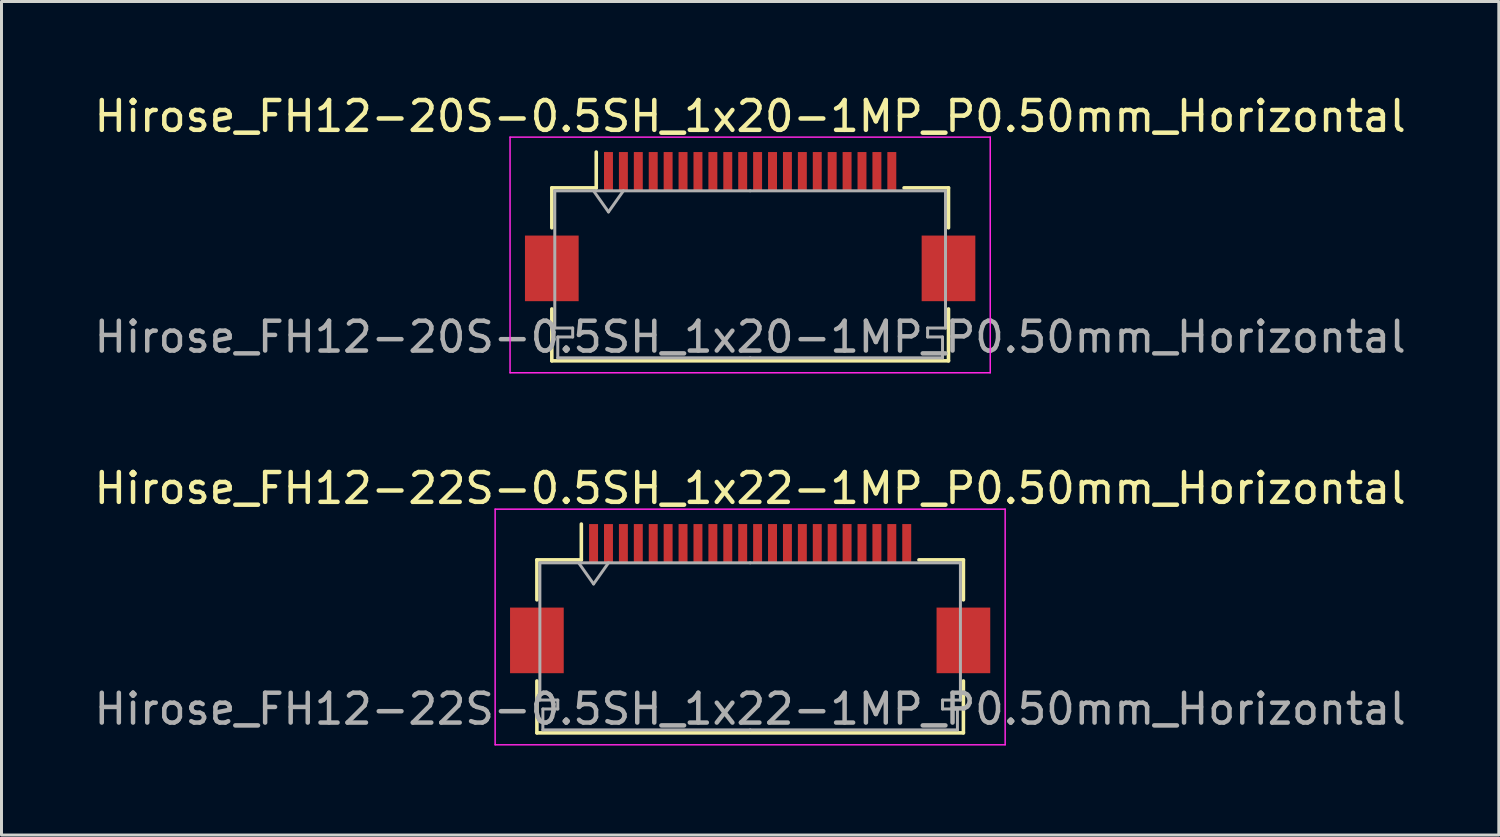
<source format=kicad_pcb>
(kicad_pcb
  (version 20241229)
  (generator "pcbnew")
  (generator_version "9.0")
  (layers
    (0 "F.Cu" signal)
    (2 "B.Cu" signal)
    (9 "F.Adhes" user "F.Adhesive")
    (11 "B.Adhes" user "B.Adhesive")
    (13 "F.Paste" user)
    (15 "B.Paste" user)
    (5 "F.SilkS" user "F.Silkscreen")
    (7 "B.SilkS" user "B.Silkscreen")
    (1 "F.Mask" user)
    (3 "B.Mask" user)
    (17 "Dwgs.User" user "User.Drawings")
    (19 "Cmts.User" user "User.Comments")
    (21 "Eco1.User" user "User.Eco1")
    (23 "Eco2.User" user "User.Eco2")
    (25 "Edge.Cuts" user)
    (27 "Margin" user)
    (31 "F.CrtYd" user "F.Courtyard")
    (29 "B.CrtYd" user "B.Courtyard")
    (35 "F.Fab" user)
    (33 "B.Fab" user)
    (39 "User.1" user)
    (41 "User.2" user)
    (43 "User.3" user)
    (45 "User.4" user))
  (footprint "Hirose_FH12-20S-0.5SH_1x20-1MP_P0.50mm_Horizontal"
    (layer "F.Cu")
    (at 22.101 4.548)
    (property "Reference" "Hirose_FH12-20S-0.5SH_1x20-1MP_P0.50mm_Horizontal" (at 0 -3.7 0) (layer "F.SilkS") (effects (font (size 1 1) (thickness 0.15))))
    (attr smd)
    (fp_line (start -6.65 -1.3) (end -6.65 0.04) (stroke (width 0.12) (type solid)) (layer "F.SilkS"))
    (fp_line (start -6.65 2.76) (end -6.65 4.5) (stroke (width 0.12) (type solid)) (layer "F.SilkS"))
    (fp_line (start -6.65 4.5) (end 6.65 4.5) (stroke (width 0.12) (type solid)) (layer "F.SilkS"))
    (fp_line (start -5.16 -1.3) (end -6.65 -1.3) (stroke (width 0.12) (type solid)) (layer "F.SilkS"))
    (fp_line (start -5.16 -1.3) (end -5.16 -2.5) (stroke (width 0.12) (type solid)) (layer "F.SilkS"))
    (fp_line (start 5.16 -1.3) (end 6.65 -1.3) (stroke (width 0.12) (type solid)) (layer "F.SilkS"))
    (fp_line (start 6.65 -1.3) (end 6.65 0.04) (stroke (width 0.12) (type solid)) (layer "F.SilkS"))
    (fp_line (start 6.65 4.5) (end 6.65 2.76) (stroke (width 0.12) (type solid)) (layer "F.SilkS"))
    (fp_line (start -8.05 -3) (end -8.05 4.9) (stroke (width 0.05) (type solid)) (layer "F.CrtYd"))
    (fp_line (start -8.05 4.9) (end 8.05 4.9) (stroke (width 0.05) (type solid)) (layer "F.CrtYd"))
    (fp_line (start 8.05 -3) (end -8.05 -3) (stroke (width 0.05) (type solid)) (layer "F.CrtYd"))
    (fp_line (start 8.05 4.9) (end 8.05 -3) (stroke (width 0.05) (type solid)) (layer "F.CrtYd"))
    (fp_line (start -6.55 -1.2) (end -6.55 3.4) (stroke (width 0.1) (type solid)) (layer "F.Fab"))
    (fp_line (start -6.55 3.4) (end -5.95 3.4) (stroke (width 0.1) (type solid)) (layer "F.Fab"))
    (fp_line (start -6.45 3.7) (end -6.45 4.4) (stroke (width 0.1) (type solid)) (layer "F.Fab"))
    (fp_line (start -6.45 4.4) (end 0 4.4) (stroke (width 0.1) (type solid)) (layer "F.Fab"))
    (fp_line (start -5.95 3.4) (end -5.95 3.7) (stroke (width 0.1) (type solid)) (layer "F.Fab"))
    (fp_line (start -5.95 3.7) (end -6.45 3.7) (stroke (width 0.1) (type solid)) (layer "F.Fab"))
    (fp_line (start -5.25 -1.2) (end -4.75 -0.493) (stroke (width 0.1) (type solid)) (layer "F.Fab"))
    (fp_line (start -4.75 -0.493) (end -4.25 -1.2) (stroke (width 0.1) (type solid)) (layer "F.Fab"))
    (fp_line (start 0 -1.2) (end -6.55 -1.2) (stroke (width 0.1) (type solid)) (layer "F.Fab"))
    (fp_line (start 0 -1.2) (end 6.55 -1.2) (stroke (width 0.1) (type solid)) (layer "F.Fab"))
    (fp_line (start 5.95 3.4) (end 5.95 3.7) (stroke (width 0.1) (type solid)) (layer "F.Fab"))
    (fp_line (start 5.95 3.7) (end 6.45 3.7) (stroke (width 0.1) (type solid)) (layer "F.Fab"))
    (fp_line (start 6.45 3.7) (end 6.45 4.4) (stroke (width 0.1) (type solid)) (layer "F.Fab"))
    (fp_line (start 6.45 4.4) (end 0 4.4) (stroke (width 0.1) (type solid)) (layer "F.Fab"))
    (fp_line (start 6.55 -1.2) (end 6.55 3.4) (stroke (width 0.1) (type solid)) (layer "F.Fab"))
    (fp_line (start 6.55 3.4) (end 5.95 3.4) (stroke (width 0.1) (type solid)) (layer "F.Fab"))
    (fp_text user "${REFERENCE}" (at 0 3.7 0) (layer "F.Fab") (effects (font (size 1 1) (thickness 0.15))))
    (pad "1" smd rect (at -4.75 -1.85) (size 0.3 1.3) (layers "F.Cu" "F.Mask" "F.Paste"))
    (pad "2" smd rect (at -4.25 -1.85) (size 0.3 1.3) (layers "F.Cu" "F.Mask" "F.Paste"))
    (pad "3" smd rect (at -3.75 -1.85) (size 0.3 1.3) (layers "F.Cu" "F.Mask" "F.Paste"))
    (pad "4" smd rect (at -3.25 -1.85) (size 0.3 1.3) (layers "F.Cu" "F.Mask" "F.Paste"))
    (pad "5" smd rect (at -2.75 -1.85) (size 0.3 1.3) (layers "F.Cu" "F.Mask" "F.Paste"))
    (pad "6" smd rect (at -2.25 -1.85) (size 0.3 1.3) (layers "F.Cu" "F.Mask" "F.Paste"))
    (pad "7" smd rect (at -1.75 -1.85) (size 0.3 1.3) (layers "F.Cu" "F.Mask" "F.Paste"))
    (pad "8" smd rect (at -1.25 -1.85) (size 0.3 1.3) (layers "F.Cu" "F.Mask" "F.Paste"))
    (pad "9" smd rect (at -0.75 -1.85) (size 0.3 1.3) (layers "F.Cu" "F.Mask" "F.Paste"))
    (pad "10" smd rect (at -0.25 -1.85) (size 0.3 1.3) (layers "F.Cu" "F.Mask" "F.Paste"))
    (pad "11" smd rect (at 0.25 -1.85) (size 0.3 1.3) (layers "F.Cu" "F.Mask" "F.Paste"))
    (pad "12" smd rect (at 0.75 -1.85) (size 0.3 1.3) (layers "F.Cu" "F.Mask" "F.Paste"))
    (pad "13" smd rect (at 1.25 -1.85) (size 0.3 1.3) (layers "F.Cu" "F.Mask" "F.Paste"))
    (pad "14" smd rect (at 1.75 -1.85) (size 0.3 1.3) (layers "F.Cu" "F.Mask" "F.Paste"))
    (pad "15" smd rect (at 2.25 -1.85) (size 0.3 1.3) (layers "F.Cu" "F.Mask" "F.Paste"))
    (pad "16" smd rect (at 2.75 -1.85) (size 0.3 1.3) (layers "F.Cu" "F.Mask" "F.Paste"))
    (pad "17" smd rect (at 3.25 -1.85) (size 0.3 1.3) (layers "F.Cu" "F.Mask" "F.Paste"))
    (pad "18" smd rect (at 3.75 -1.85) (size 0.3 1.3) (layers "F.Cu" "F.Mask" "F.Paste"))
    (pad "19" smd rect (at 4.25 -1.85) (size 0.3 1.3) (layers "F.Cu" "F.Mask" "F.Paste"))
    (pad "20" smd rect (at 4.75 -1.85) (size 0.3 1.3) (layers "F.Cu" "F.Mask" "F.Paste"))
    (pad "MP" smd rect (at -6.65 1.4) (size 1.8 2.2) (layers "F.Cu" "F.Mask" "F.Paste"))
    (pad "MP" smd rect (at 6.65 1.4) (size 1.8 2.2) (layers "F.Cu" "F.Mask" "F.Paste")))
  (footprint "Hirose_FH12-22S-0.5SH_1x22-1MP_P0.50mm_Horizontal"
    (layer "F.Cu")
    (at 22.101 17.021)
    (property "Reference" "Hirose_FH12-22S-0.5SH_1x22-1MP_P0.50mm_Horizontal" (at 0 -3.7 0) (layer "F.SilkS") (effects (font (size 1 1) (thickness 0.15))))
    (attr smd)
    (fp_line (start -7.15 -1.3) (end -7.15 0.04) (stroke (width 0.12) (type solid)) (layer "F.SilkS"))
    (fp_line (start -7.15 2.76) (end -7.15 4.5) (stroke (width 0.12) (type solid)) (layer "F.SilkS"))
    (fp_line (start -7.15 4.5) (end 7.15 4.5) (stroke (width 0.12) (type solid)) (layer "F.SilkS"))
    (fp_line (start -5.66 -1.3) (end -7.15 -1.3) (stroke (width 0.12) (type solid)) (layer "F.SilkS"))
    (fp_line (start -5.66 -1.3) (end -5.66 -2.5) (stroke (width 0.12) (type solid)) (layer "F.SilkS"))
    (fp_line (start 5.66 -1.3) (end 7.15 -1.3) (stroke (width 0.12) (type solid)) (layer "F.SilkS"))
    (fp_line (start 7.15 -1.3) (end 7.15 0.04) (stroke (width 0.12) (type solid)) (layer "F.SilkS"))
    (fp_line (start 7.15 4.5) (end 7.15 2.76) (stroke (width 0.12) (type solid)) (layer "F.SilkS"))
    (fp_line (start -8.55 -3) (end -8.55 4.9) (stroke (width 0.05) (type solid)) (layer "F.CrtYd"))
    (fp_line (start -8.55 4.9) (end 8.55 4.9) (stroke (width 0.05) (type solid)) (layer "F.CrtYd"))
    (fp_line (start 8.55 -3) (end -8.55 -3) (stroke (width 0.05) (type solid)) (layer "F.CrtYd"))
    (fp_line (start 8.55 4.9) (end 8.55 -3) (stroke (width 0.05) (type solid)) (layer "F.CrtYd"))
    (fp_line (start -7.05 -1.2) (end -7.05 3.4) (stroke (width 0.1) (type solid)) (layer "F.Fab"))
    (fp_line (start -7.05 3.4) (end -6.45 3.4) (stroke (width 0.1) (type solid)) (layer "F.Fab"))
    (fp_line (start -6.95 3.7) (end -6.95 4.4) (stroke (width 0.1) (type solid)) (layer "F.Fab"))
    (fp_line (start -6.95 4.4) (end 0 4.4) (stroke (width 0.1) (type solid)) (layer "F.Fab"))
    (fp_line (start -6.45 3.4) (end -6.45 3.7) (stroke (width 0.1) (type solid)) (layer "F.Fab"))
    (fp_line (start -6.45 3.7) (end -6.95 3.7) (stroke (width 0.1) (type solid)) (layer "F.Fab"))
    (fp_line (start -5.75 -1.2) (end -5.25 -0.493) (stroke (width 0.1) (type solid)) (layer "F.Fab"))
    (fp_line (start -5.25 -0.493) (end -4.75 -1.2) (stroke (width 0.1) (type solid)) (layer "F.Fab"))
    (fp_line (start 0 -1.2) (end -7.05 -1.2) (stroke (width 0.1) (type solid)) (layer "F.Fab"))
    (fp_line (start 0 -1.2) (end 7.05 -1.2) (stroke (width 0.1) (type solid)) (layer "F.Fab"))
    (fp_line (start 6.45 3.4) (end 6.45 3.7) (stroke (width 0.1) (type solid)) (layer "F.Fab"))
    (fp_line (start 6.45 3.7) (end 6.95 3.7) (stroke (width 0.1) (type solid)) (layer "F.Fab"))
    (fp_line (start 6.95 3.7) (end 6.95 4.4) (stroke (width 0.1) (type solid)) (layer "F.Fab"))
    (fp_line (start 6.95 4.4) (end 0 4.4) (stroke (width 0.1) (type solid)) (layer "F.Fab"))
    (fp_line (start 7.05 -1.2) (end 7.05 3.4) (stroke (width 0.1) (type solid)) (layer "F.Fab"))
    (fp_line (start 7.05 3.4) (end 6.45 3.4) (stroke (width 0.1) (type solid)) (layer "F.Fab"))
    (fp_text user "${REFERENCE}" (at 0 3.7 0) (layer "F.Fab") (effects (font (size 1 1) (thickness 0.15))))
    (pad "1" smd rect (at -5.25 -1.85) (size 0.3 1.3) (layers "F.Cu" "F.Mask" "F.Paste"))
    (pad "2" smd rect (at -4.75 -1.85) (size 0.3 1.3) (layers "F.Cu" "F.Mask" "F.Paste"))
    (pad "3" smd rect (at -4.25 -1.85) (size 0.3 1.3) (layers "F.Cu" "F.Mask" "F.Paste"))
    (pad "4" smd rect (at -3.75 -1.85) (size 0.3 1.3) (layers "F.Cu" "F.Mask" "F.Paste"))
    (pad "5" smd rect (at -3.25 -1.85) (size 0.3 1.3) (layers "F.Cu" "F.Mask" "F.Paste"))
    (pad "6" smd rect (at -2.75 -1.85) (size 0.3 1.3) (layers "F.Cu" "F.Mask" "F.Paste"))
    (pad "7" smd rect (at -2.25 -1.85) (size 0.3 1.3) (layers "F.Cu" "F.Mask" "F.Paste"))
    (pad "8" smd rect (at -1.75 -1.85) (size 0.3 1.3) (layers "F.Cu" "F.Mask" "F.Paste"))
    (pad "9" smd rect (at -1.25 -1.85) (size 0.3 1.3) (layers "F.Cu" "F.Mask" "F.Paste"))
    (pad "10" smd rect (at -0.75 -1.85) (size 0.3 1.3) (layers "F.Cu" "F.Mask" "F.Paste"))
    (pad "11" smd rect (at -0.25 -1.85) (size 0.3 1.3) (layers "F.Cu" "F.Mask" "F.Paste"))
    (pad "12" smd rect (at 0.25 -1.85) (size 0.3 1.3) (layers "F.Cu" "F.Mask" "F.Paste"))
    (pad "13" smd rect (at 0.75 -1.85) (size 0.3 1.3) (layers "F.Cu" "F.Mask" "F.Paste"))
    (pad "14" smd rect (at 1.25 -1.85) (size 0.3 1.3) (layers "F.Cu" "F.Mask" "F.Paste"))
    (pad "15" smd rect (at 1.75 -1.85) (size 0.3 1.3) (layers "F.Cu" "F.Mask" "F.Paste"))
    (pad "16" smd rect (at 2.25 -1.85) (size 0.3 1.3) (layers "F.Cu" "F.Mask" "F.Paste"))
    (pad "17" smd rect (at 2.75 -1.85) (size 0.3 1.3) (layers "F.Cu" "F.Mask" "F.Paste"))
    (pad "18" smd rect (at 3.25 -1.85) (size 0.3 1.3) (layers "F.Cu" "F.Mask" "F.Paste"))
    (pad "19" smd rect (at 3.75 -1.85) (size 0.3 1.3) (layers "F.Cu" "F.Mask" "F.Paste"))
    (pad "20" smd rect (at 4.25 -1.85) (size 0.3 1.3) (layers "F.Cu" "F.Mask" "F.Paste"))
    (pad "21" smd rect (at 4.75 -1.85) (size 0.3 1.3) (layers "F.Cu" "F.Mask" "F.Paste"))
    (pad "22" smd rect (at 5.25 -1.85) (size 0.3 1.3) (layers "F.Cu" "F.Mask" "F.Paste"))
    (pad "MP" smd rect (at -7.15 1.4) (size 1.8 2.2) (layers "F.Cu" "F.Mask" "F.Paste"))
    (pad "MP" smd rect (at 7.15 1.4) (size 1.8 2.2) (layers "F.Cu" "F.Mask" "F.Paste")))
  (gr_rect
    (start -3 -3)
    (end 47.202 24.947)
    (stroke (width 0.1) (type default))
    (fill no)
    (layer "Edge.Cuts")))
</source>
